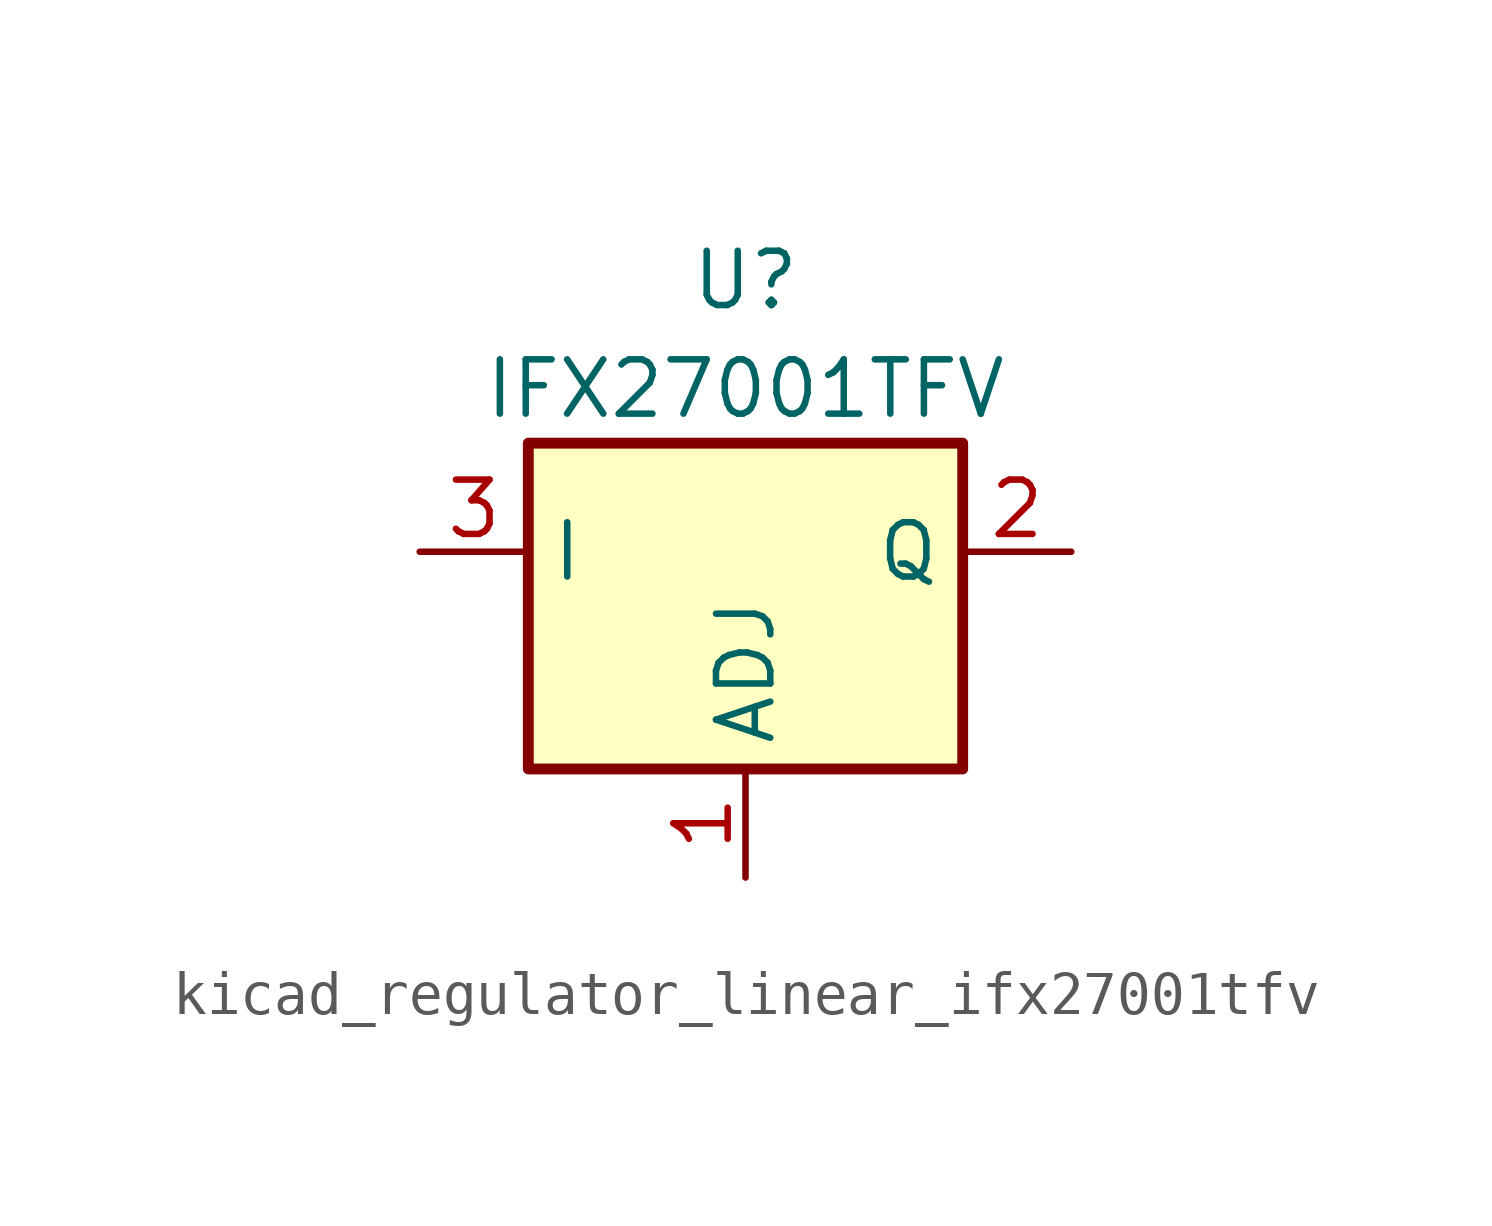
<source format=kicad_sym>
(kicad_symbol_lib
  (version 20220914)
  (generator kicad_symbol_editor)
  (symbol "kicad_regulator_linear_ifx27001tfv"
    (property "Reference" "U"
      (at 0 6.35 0)
      (effects (font (size 1.27 1.27))))
    (property "Value" "IFX27001TFV"
      (at 0 3.81 0)
      (effects (font (size 1.27 1.27))))
    (symbol "kicad_regulator_linear_ifx27001tfv_1_1"
      (rectangle (start -5.08 2.54) (end 5.08 -5.08) (stroke (width 0.254) (type default)) (fill (type background)))
      (pin input line (at 0 -7.62 90) (length 2.54) (name "ADJ" (effects (font (size 1.27 1.27)))) (number "1" (effects (font (size 1.27 1.27)))))
      (pin power_out line (at 7.62 0 180) (length 2.54) (name "Q" (effects (font (size 1.27 1.27)))) (number "2" (effects (font (size 1.27 1.27)))))
      (pin power_in line (at -7.62 0 0) (length 2.54) (name "I" (effects (font (size 1.27 1.27)))) (number "3" (effects (font (size 1.27 1.27))))))))
</source>
